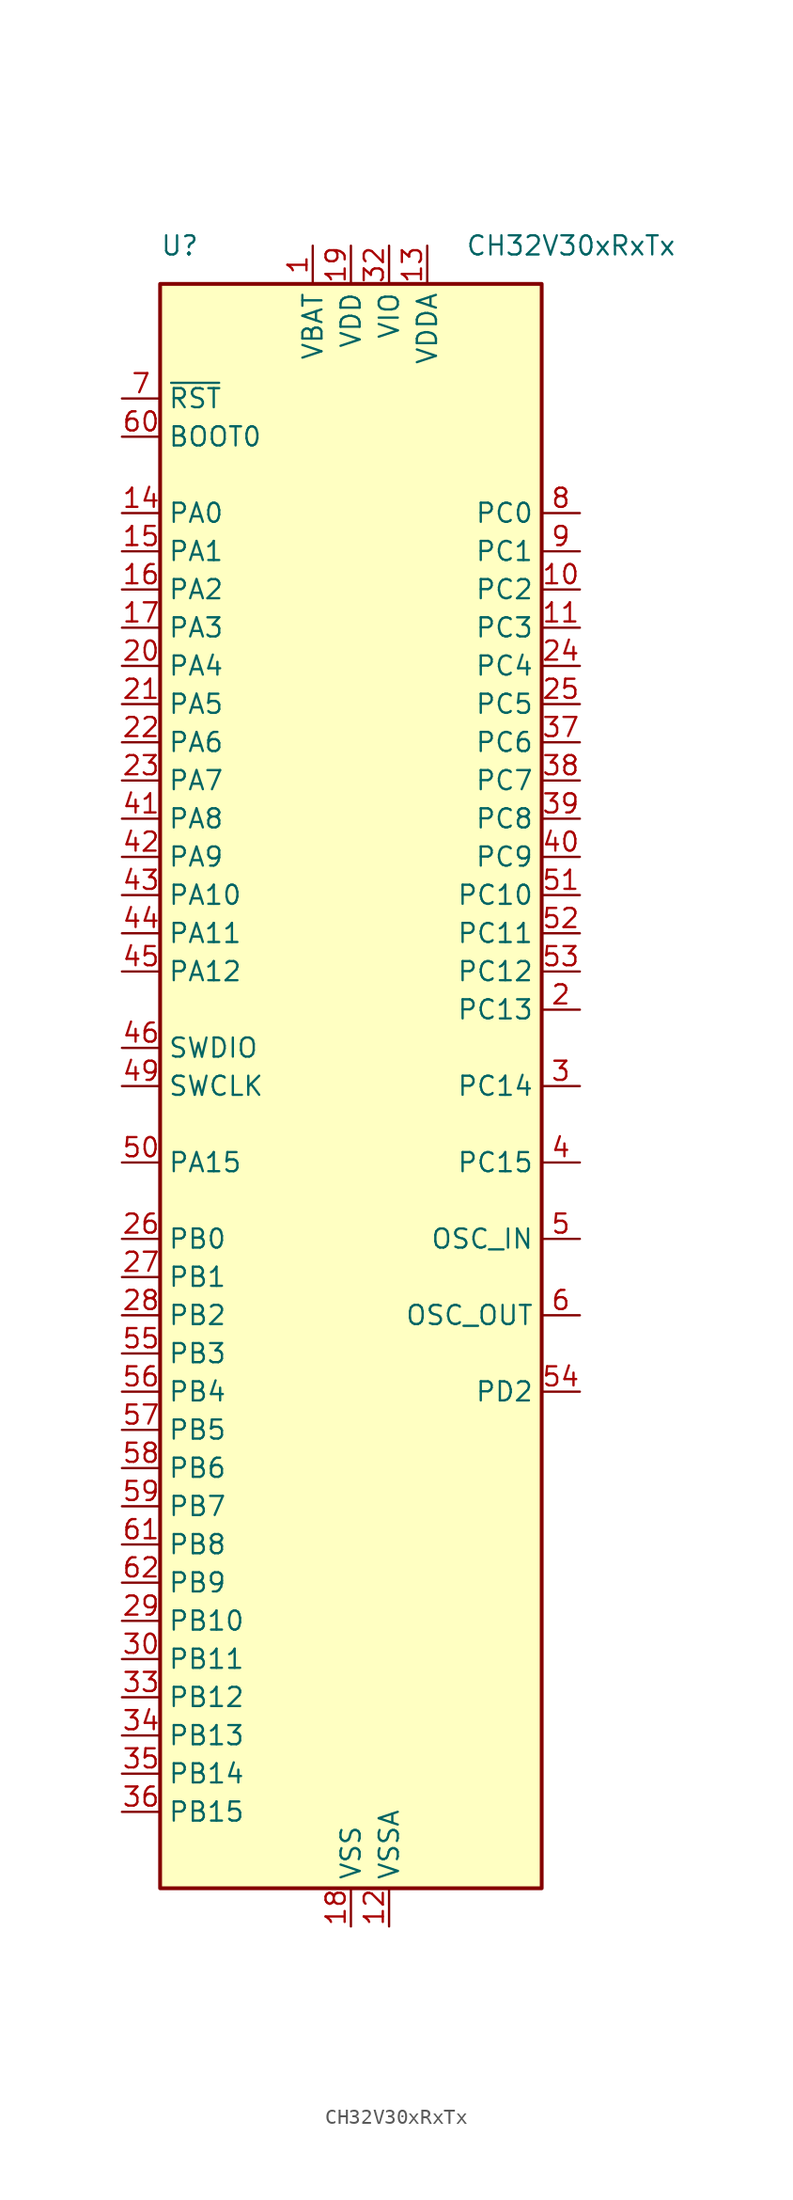
<source format=kicad_sym>
(kicad_symbol_lib
  (version 20241209)
  (generator "kicad_symbol_editor")
  (generator_version "9.0")
  (symbol "CH32V30xRxTx"
    (property "Reference" "U"
      (at -12.7 55.88 0)
      (effects (font (size 1.27 1.27)) (justify left)))
    (property "Value" "CH32V30xRxTx"
      (at 7.62 55.88 0)
      (effects (font (size 1.27 1.27)) (justify left)))
    (symbol "CH32V30xRxTx_0_0"
      (pin power_in line (at -2.54 55.88 270) (length 2.54) (name "VBAT" (effects (font (size 1.27 1.27)))) (number "1" (effects (font (size 1.27 1.27)))))
      (pin power_in line (at 0 55.88 270) (length 2.54) (name "VDD" (effects (font (size 1.27 1.27)))) (number "19" (effects (font (size 1.27 1.27)))))
      (pin power_in line (at 0 -55.88 90) (length 2.54) (name "VSS" (effects (font (size 1.27 1.27)))) (number "18" (effects (font (size 1.27 1.27)))))
      (pin power_in line (at 2.54 55.88 270) (length 2.54) (name "VIO" (effects (font (size 1.27 1.27)))) (number "32" (effects (font (size 1.27 1.27)))))
      (pin power_in line (at 2.54 -55.88 90) (length 2.54) (name "VSSA" (effects (font (size 1.27 1.27)))) (number "12" (effects (font (size 1.27 1.27)))))
      (pin power_in line (at 5.08 55.88 270) (length 2.54) (name "VDDA" (effects (font (size 1.27 1.27)))) (number "13" (effects (font (size 1.27 1.27))))))
    (symbol "CH32V30xRxTx_1_0"
      (pin input line (at -15.24 45.72 0) (length 2.54) (name "~{RST}" (effects (font (size 1.27 1.27)))) (number "7" (effects (font (size 1.27 1.27)))))
      (pin input line (at -15.24 43.18 0) (length 2.54) (name "BOOT0" (effects (font (size 1.27 1.27)))) (number "60" (effects (font (size 1.27 1.27)))))
      (pin bidirectional line (at -15.24 38.1 0) (length 2.54) (name "PA0" (effects (font (size 1.27 1.27)))) (number "14" (effects (font (size 1.27 1.27)))) (alternate "ADC_IN0" bidirectional line) (alternate "ETH_MII_CRS_WKUP" bidirectional line) (alternate "ETH_RGMII_RXD2" bidirectional line) (alternate "OPA4_OUT0" bidirectional line) (alternate "TIM2_CH1_ETR" bidirectional line) (alternate "TIM2_CH1_ETR_2" bidirectional line) (alternate "TIM5_CH1" bidirectional line) (alternate "TIM8_ETR" bidirectional line) (alternate "TIM8_ETR_1" bidirectional line) (alternate "USART2_CTS" bidirectional line) (alternate "WKUP" bidirectional line))
      (pin bidirectional line (at -15.24 35.56 0) (length 2.54) (name "PA1" (effects (font (size 1.27 1.27)))) (number "15" (effects (font (size 1.27 1.27)))) (alternate "ADC_IN1" bidirectional line) (alternate "ETH_MII_RX_CLK" bidirectional line) (alternate "ETH_RGMII_RXD3" bidirectional line) (alternate "ETH_RMII_REF_CLK" bidirectional line) (alternate "OPA3_OUT0" bidirectional line) (alternate "TIM2_CH2" bidirectional line) (alternate "TIM2_CH2_2" bidirectional line) (alternate "TIM5_CH2" bidirectional line) (alternate "TIM9_BKIN_1" bidirectional line) (alternate "USART2_RTS" bidirectional line))
      (pin bidirectional line (at -15.24 33.02 0) (length 2.54) (name "PA2" (effects (font (size 1.27 1.27)))) (number "16" (effects (font (size 1.27 1.27)))) (alternate "ADC_IN2" bidirectional line) (alternate "ETH_MII_MDIO" bidirectional line) (alternate "ETH_RGMII_GTXC" bidirectional line) (alternate "ETH_RMII_MDIO" bidirectional line) (alternate "OPA2_OUT0" bidirectional line) (alternate "TIM2_CH3" bidirectional line) (alternate "TIM2_CH3_1" bidirectional line) (alternate "TIM5_CH3" bidirectional line) (alternate "TIM9_CH1" bidirectional line) (alternate "TIM9_CH1_ETR_1" bidirectional line) (alternate "TIM9_ETR" bidirectional line) (alternate "USART2_TX" bidirectional line))
      (pin bidirectional line (at -15.24 30.48 0) (length 2.54) (name "PA3" (effects (font (size 1.27 1.27)))) (number "17" (effects (font (size 1.27 1.27)))) (alternate "ADC_IN3" bidirectional line) (alternate "ETH_MII_COL" bidirectional line) (alternate "ETH_RGMII_TXEN" bidirectional line) (alternate "OPA1_OUT0" bidirectional line) (alternate "TIM2_CH4" bidirectional line) (alternate "TIM2_CH4_1" bidirectional line) (alternate "TIM5_CH4" bidirectional line) (alternate "TIM9_CH2" bidirectional line) (alternate "TIM9_CH2_1" bidirectional line) (alternate "USART2_RX" bidirectional line))
      (pin bidirectional line (at -15.24 27.94 0) (length 2.54) (name "PA4" (effects (font (size 1.27 1.27)))) (number "20" (effects (font (size 1.27 1.27)))) (alternate "ADC_IN4" bidirectional line) (alternate "DAC_OUT1" bidirectional line) (alternate "I2S3_WS" bidirectional line) (alternate "SPI1_NSS" bidirectional line) (alternate "SPI3_NSS" bidirectional line) (alternate "TIM9_CH3" bidirectional line) (alternate "TIM9_CH3_1" bidirectional line) (alternate "USART2_CX" bidirectional line))
      (pin bidirectional line (at -15.24 25.4 0) (length 2.54) (name "PA5" (effects (font (size 1.27 1.27)))) (number "21" (effects (font (size 1.27 1.27)))) (alternate "ADC_IN5" bidirectional line) (alternate "DAC_OUT2" bidirectional line) (alternate "OPA2_CH1N" bidirectional line) (alternate "SPI1_SCK" bidirectional line) (alternate "TIM10_CH1N_1" bidirectional line) (alternate "USART1_CK_3" bidirectional line) (alternate "USART1_CTS_2" bidirectional line))
      (pin bidirectional line (at -15.24 22.86 0) (length 2.54) (name "PA6" (effects (font (size 1.27 1.27)))) (number "22" (effects (font (size 1.27 1.27)))) (alternate "ADC_IN6" bidirectional line) (alternate "OPA1_CH1N" bidirectional line) (alternate "SPI1_MIS" bidirectional line) (alternate "TIM10_CH2N_1" bidirectional line) (alternate "TIM1_BKIN_1" bidirectional line) (alternate "TIM3_CH1" bidirectional line) (alternate "TIM8_BKIN" bidirectional line) (alternate "UART7_TX_1" bidirectional line) (alternate "USART1_TX_3" bidirectional line))
      (pin bidirectional line (at -15.24 20.32 0) (length 2.54) (name "PA7" (effects (font (size 1.27 1.27)))) (number "23" (effects (font (size 1.27 1.27)))) (alternate "ADC_IN7" bidirectional line) (alternate "ETH_MII_RX_DV" bidirectional line) (alternate "ETH_RGMII_TXD0" bidirectional line) (alternate "ETH_RMII_CRS_DV" bidirectional line) (alternate "OPA2_CH1P" bidirectional line) (alternate "SPI1_MOSI" bidirectional line) (alternate "TIM10_CH3N_1" bidirectional line) (alternate "TIM1_CH1N_1" bidirectional line) (alternate "TIM3_CH2" bidirectional line) (alternate "TIM8_CH1N" bidirectional line) (alternate "UART7_RX_1" bidirectional line) (alternate "USART1_RX_3" bidirectional line))
      (pin bidirectional line (at -15.24 17.78 0) (length 2.54) (name "PA8" (effects (font (size 1.27 1.27)))) (number "41" (effects (font (size 1.27 1.27)))) (alternate "MCO" bidirectional line) (alternate "TIM1_CH1" bidirectional line) (alternate "TIM1_CH1_1" bidirectional line) (alternate "USART1_CK" bidirectional line) (alternate "USART1_CK_1" bidirectional line) (alternate "USART1_RX_2" bidirectional line))
      (pin bidirectional line (at -15.24 15.24 0) (length 2.54) (name "PA9" (effects (font (size 1.27 1.27)))) (number "42" (effects (font (size 1.27 1.27)))) (alternate "OTG_FS_VBUS" bidirectional line) (alternate "TIM1_CH2" bidirectional line) (alternate "TIM1_CH2_1" bidirectional line) (alternate "USART1_RTS_2" bidirectional line) (alternate "USART1_TX" bidirectional line))
      (pin bidirectional line (at -15.24 12.7 0) (length 2.54) (name "PA10" (effects (font (size 1.27 1.27)))) (number "43" (effects (font (size 1.27 1.27)))) (alternate "OTG_FS_ID" bidirectional line) (alternate "TIM1_CH3" bidirectional line) (alternate "TIM1_CH3_1" bidirectional line) (alternate "USART1_CK_2" bidirectional line) (alternate "USART1_RX" bidirectional line))
      (pin bidirectional line (at -15.24 10.16 0) (length 2.54) (name "PA11" (effects (font (size 1.27 1.27)))) (number "44" (effects (font (size 1.27 1.27)))) (alternate "CAN1_RX" bidirectional line) (alternate "OTG_FS_DM" bidirectional line) (alternate "TIM1_CH4" bidirectional line) (alternate "TIM1_CH4_1" bidirectional line) (alternate "USART1_CTS" bidirectional line) (alternate "USART1_CTS_1" bidirectional line))
      (pin bidirectional line (at -15.24 7.62 0) (length 2.54) (name "PA12" (effects (font (size 1.27 1.27)))) (number "45" (effects (font (size 1.27 1.27)))) (alternate "CAN1_TX" bidirectional line) (alternate "OTG_FS_DP" bidirectional line) (alternate "TIM10_CH1N" bidirectional line) (alternate "TIM1_ETR" bidirectional line) (alternate "TIM1_ETR_1" bidirectional line) (alternate "USART1_RTS" bidirectional line) (alternate "USART1_RTS_1" bidirectional line))
      (pin bidirectional line (at -15.24 2.54 0) (length 2.54) (name "SWDIO" (effects (font (size 1.27 1.27)))) (number "46" (effects (font (size 1.27 1.27)))) (alternate "PA13" bidirectional line) (alternate "TIM10_CH2N" bidirectional line) (alternate "TIM8_CH1N_1" bidirectional line) (alternate "USART3_TX_2" bidirectional line))
      (pin bidirectional line (at -15.24 0 0) (length 2.54) (name "SWCLK" (effects (font (size 1.27 1.27)))) (number "49" (effects (font (size 1.27 1.27)))) (alternate "PA14" bidirectional line) (alternate "TIM10_CH3N" bidirectional line) (alternate "TIM8_CH2N_1" bidirectional line) (alternate "UART8_TX_1" bidirectional line) (alternate "USART3_RX_2" bidirectional line))
      (pin bidirectional line (at -15.24 -5.08 0) (length 2.54) (name "PA15" (effects (font (size 1.27 1.27)))) (number "50" (effects (font (size 1.27 1.27)))) (alternate "I2S3_WS" bidirectional line) (alternate "SPI1_NSS" bidirectional line) (alternate "SPI3_NSS" bidirectional line) (alternate "TIM2_CH1_ETR_1" bidirectional line) (alternate "TIM2_CH1_ETR_3" bidirectional line) (alternate "TIM8_CH3N_1" bidirectional line) (alternate "UART8_RX_1" bidirectional line))
      (pin bidirectional line (at -15.24 -10.16 0) (length 2.54) (name "PB0" (effects (font (size 1.27 1.27)))) (number "26" (effects (font (size 1.27 1.27)))) (alternate "ADC_IN8" bidirectional line) (alternate "ETH_MII_RXD2" bidirectional line) (alternate "ETH_RGMII_TXD3" bidirectional line) (alternate "OPA1_CH1P" bidirectional line) (alternate "TIM1_CH2N_1" bidirectional line) (alternate "TIM3_CH3" bidirectional line) (alternate "TIM3_CH3_2" bidirectional line) (alternate "TIM8_CH2N" bidirectional line) (alternate "TIM9_CH1N_1" bidirectional line) (alternate "UART4_TX_1" bidirectional line))
      (pin bidirectional line (at -15.24 -12.7 0) (length 2.54) (name "PB1" (effects (font (size 1.27 1.27)))) (number "27" (effects (font (size 1.27 1.27)))) (alternate "ADC_IN9" bidirectional line) (alternate "ETH_MII_RXD3" bidirectional line) (alternate "ETH_RGMII_125IN" bidirectional line) (alternate "OPA4_CH0N" bidirectional line) (alternate "TIM1_CH3N_1" bidirectional line) (alternate "TIM3_CH4" bidirectional line) (alternate "TIM3_CH4_2" bidirectional line) (alternate "TIM8_CH3N" bidirectional line) (alternate "TIM9_CH2N_1" bidirectional line) (alternate "UART4_RX_1" bidirectional line))
      (pin bidirectional line (at -15.24 -15.24 0) (length 2.54) (name "PB2" (effects (font (size 1.27 1.27)))) (number "28" (effects (font (size 1.27 1.27)))) (alternate "BOOT1" bidirectional line) (alternate "OPA3_CH0N" bidirectional line) (alternate "TIM9_CH3N_1" bidirectional line))
      (pin bidirectional line (at -15.24 -17.78 0) (length 2.54) (name "PB3" (effects (font (size 1.27 1.27)))) (number "55" (effects (font (size 1.27 1.27)))) (alternate "I2S3_CK" bidirectional line) (alternate "SPI1_SCK" bidirectional line) (alternate "SPI3_SCK" bidirectional line) (alternate "TIM10_CH1_1" bidirectional line) (alternate "TIM2_CH2_1" bidirectional line) (alternate "TIM2_CH2_3" bidirectional line))
      (pin bidirectional line (at -15.24 -20.32 0) (length 2.54) (name "PB4" (effects (font (size 1.27 1.27)))) (number "56" (effects (font (size 1.27 1.27)))) (alternate "SPI1_MISO" bidirectional line) (alternate "SPI3_MISO" bidirectional line) (alternate "TIM10_CH2_1" bidirectional line) (alternate "TIM3_CH1_2" bidirectional line) (alternate "UART5_TX_1" bidirectional line))
      (pin bidirectional line (at -15.24 -22.86 0) (length 2.54) (name "PB5" (effects (font (size 1.27 1.27)))) (number "57" (effects (font (size 1.27 1.27)))) (alternate "CAN2_RX" bidirectional line) (alternate "ETH_MII_PPS_OUT" bidirectional line) (alternate "ETH_RMII_PPS_OUT" bidirectional line) (alternate "I2C1_SMBA" bidirectional line) (alternate "I2S3_SD" bidirectional line) (alternate "SPI1_MOSI" bidirectional line) (alternate "SPI3_MOSI" bidirectional line) (alternate "TIM10_CH3_1" bidirectional line) (alternate "TIM3_CH2_2" bidirectional line) (alternate "UART5_RX_1" bidirectional line))
      (pin bidirectional line (at -15.24 -25.4 0) (length 2.54) (name "PB6" (effects (font (size 1.27 1.27)))) (number "58" (effects (font (size 1.27 1.27)))) (alternate "CAN2_TX" bidirectional line) (alternate "I2C1_SCL" bidirectional line) (alternate "TIM4_CH1" bidirectional line) (alternate "TIM8_CH1_1" bidirectional line) (alternate "USART1_TX_1" bidirectional line) (alternate "USBFS_DM" bidirectional line) (alternate "USBHS_DM" bidirectional line))
      (pin bidirectional line (at -15.24 -27.94 0) (length 2.54) (name "PB7" (effects (font (size 1.27 1.27)))) (number "59" (effects (font (size 1.27 1.27)))) (alternate "I2C1_SDA" bidirectional line) (alternate "TIM4_CH2" bidirectional line) (alternate "TIM8_CH2_1" bidirectional line) (alternate "USART1_RX_1" bidirectional line) (alternate "USBFS_DP" bidirectional line) (alternate "USBHS_DP" bidirectional line))
      (pin bidirectional line (at -15.24 -30.48 0) (length 2.54) (name "PB8" (effects (font (size 1.27 1.27)))) (number "61" (effects (font (size 1.27 1.27)))) (alternate "CAN1_RX" bidirectional line) (alternate "DVP_D6" bidirectional line) (alternate "ETH_MII_TXD3" bidirectional line) (alternate "I2C1_SCL" bidirectional line) (alternate "SDIO_D4" bidirectional line) (alternate "TIM10_CH1" bidirectional line) (alternate "TIM4_CH3" bidirectional line) (alternate "TIM8_CH3_1" bidirectional line) (alternate "UART6_TX_1" bidirectional line))
      (pin bidirectional line (at -15.24 -33.02 0) (length 2.54) (name "PB9" (effects (font (size 1.27 1.27)))) (number "62" (effects (font (size 1.27 1.27)))) (alternate "CAN1_TX" bidirectional line) (alternate "I2C1_SDA" bidirectional line) (alternate "SDIO_D5" bidirectional line) (alternate "TIM10_CH2" bidirectional line) (alternate "TIM4_CH4" bidirectional line) (alternate "TIM8_BKIN_1" bidirectional line) (alternate "UART6_RX_1" bidirectional line))
      (pin bidirectional line (at -15.24 -35.56 0) (length 2.54) (name "PB10" (effects (font (size 1.27 1.27)))) (number "29" (effects (font (size 1.27 1.27)))) (alternate "ETH_MII_RX_ER" bidirectional line) (alternate "I2C2_SCL" bidirectional line) (alternate "OPA2_CH0N" bidirectional line) (alternate "TIM10_BKIN_1" bidirectional line) (alternate "TIM2_CH3_2" bidirectional line) (alternate "TIM2_CH3_3" bidirectional line) (alternate "USART3_TX" bidirectional line))
      (pin bidirectional line (at -15.24 -38.1 0) (length 2.54) (name "PB11" (effects (font (size 1.27 1.27)))) (number "30" (effects (font (size 1.27 1.27)))) (alternate "ETH_MII_TX_EN" bidirectional line) (alternate "ETH_RMII_TX_EN" bidirectional line) (alternate "I2C2_SDA" bidirectional line) (alternate "OPA1_CH0N" bidirectional line) (alternate "TIM10_ETR_1" bidirectional line) (alternate "TIM2_CH4_2" bidirectional line) (alternate "TIM2_CH4_3" bidirectional line) (alternate "USART3_RX" bidirectional line))
      (pin bidirectional line (at -15.24 -40.64 0) (length 2.54) (name "PB12" (effects (font (size 1.27 1.27)))) (number "33" (effects (font (size 1.27 1.27)))) (alternate "CAN2_RX" bidirectional line) (alternate "ETH_MII_TXD0" bidirectional line) (alternate "ETH_RMII_TXD0" bidirectional line) (alternate "I2C2_SMBA" bidirectional line) (alternate "I2S2_WS" bidirectional line) (alternate "OPA4_CH0P" bidirectional line) (alternate "SPI2_NSS" bidirectional line) (alternate "TIM1_BKIN" bidirectional line) (alternate "USART3_CK" bidirectional line))
      (pin bidirectional line (at -15.24 -43.18 0) (length 2.54) (name "PB13" (effects (font (size 1.27 1.27)))) (number "34" (effects (font (size 1.27 1.27)))) (alternate "CAN2_TX" bidirectional line) (alternate "ETH_MII_TXD1" bidirectional line) (alternate "ETH_RMII_TXD1" bidirectional line) (alternate "I2S2_CK" bidirectional line) (alternate "OPA3_CH0P" bidirectional line) (alternate "SPI2_SCK" bidirectional line) (alternate "TIM1_CH1N" bidirectional line) (alternate "USART3_CTS" bidirectional line) (alternate "USART3_CTS_1" bidirectional line))
      (pin bidirectional line (at -15.24 -45.72 0) (length 2.54) (name "PB14" (effects (font (size 1.27 1.27)))) (number "35" (effects (font (size 1.27 1.27)))) (alternate "OPA2_CH0P" bidirectional line) (alternate "SDIO_D0" bidirectional line) (alternate "SPI2_MISO" bidirectional line) (alternate "TIM1_CH2N" bidirectional line) (alternate "USART3_RTS" bidirectional line) (alternate "USART3_RTS_1" bidirectional line))
      (pin bidirectional line (at -15.24 -48.26 0) (length 2.54) (name "PB15" (effects (font (size 1.27 1.27)))) (number "36" (effects (font (size 1.27 1.27)))) (alternate "I2S2_SD" bidirectional line) (alternate "OPA1_CH0P" bidirectional line) (alternate "SDIO_D1" bidirectional line) (alternate "SPI2_MOSI" bidirectional line) (alternate "TIM1_CH3N" bidirectional line) (alternate "USART1_TX_2" bidirectional line))
      (pin passive line (at 0 55.88 270) (length 2.54) (hide yes) (name "VDD" (effects (font (size 1.27 1.27)))) (number "48" (effects (font (size 1.27 1.27)))))
      (pin passive line (at 0 -55.88 90) (length 2.54) (hide yes) (name "VSS" (effects (font (size 1.27 1.27)))) (number "31" (effects (font (size 1.27 1.27)))))
      (pin passive line (at 0 -55.88 90) (length 2.54) (hide yes) (name "VSS" (effects (font (size 1.27 1.27)))) (number "47" (effects (font (size 1.27 1.27)))))
      (pin passive line (at 0 -55.88 90) (length 2.54) (hide yes) (name "VSS" (effects (font (size 1.27 1.27)))) (number "63" (effects (font (size 1.27 1.27)))))
      (pin passive line (at 2.54 55.88 270) (length 2.54) (hide yes) (name "VIO" (effects (font (size 1.27 1.27)))) (number "64" (effects (font (size 1.27 1.27)))))
      (pin bidirectional line (at 15.24 38.1 180) (length 2.54) (name "PC0" (effects (font (size 1.27 1.27)))) (number "8" (effects (font (size 1.27 1.27)))) (alternate "ADC_IN10" bidirectional line) (alternate "ETH_RGMII_RXC" bidirectional line) (alternate "TIM9_CH1N" bidirectional line) (alternate "UART6_TX" bidirectional line))
      (pin bidirectional line (at 15.24 35.56 180) (length 2.54) (name "PC1" (effects (font (size 1.27 1.27)))) (number "9" (effects (font (size 1.27 1.27)))) (alternate "ADC_IN11" bidirectional line) (alternate "ETH_MII_MDC" bidirectional line) (alternate "ETH_RGMII_RXCTL" bidirectional line) (alternate "ETH_RMII_MDC" bidirectional line) (alternate "TIM9_CH2N" bidirectional line) (alternate "UART6_RX" bidirectional line))
      (pin bidirectional line (at 15.24 33.02 180) (length 2.54) (name "PC2" (effects (font (size 1.27 1.27)))) (number "10" (effects (font (size 1.27 1.27)))) (alternate "ADC_IN12" bidirectional line) (alternate "ETH_MII_TXD2" bidirectional line) (alternate "ETH_RGMII_RXD0" bidirectional line) (alternate "OPA3_CH1N" bidirectional line) (alternate "TIM9_CH3N" bidirectional line) (alternate "UART7_TX" bidirectional line))
      (pin bidirectional line (at 15.24 30.48 180) (length 2.54) (name "PC3" (effects (font (size 1.27 1.27)))) (number "11" (effects (font (size 1.27 1.27)))) (alternate "ADC_IN13" bidirectional line) (alternate "ETH_MII_TX_CLK" bidirectional line) (alternate "ETH_RGMII_RXD1" bidirectional line) (alternate "OPA4_CH1N" bidirectional line) (alternate "TIM10_CH3" bidirectional line) (alternate "UART7_RX" bidirectional line))
      (pin bidirectional line (at 15.24 27.94 180) (length 2.54) (name "PC4" (effects (font (size 1.27 1.27)))) (number "24" (effects (font (size 1.27 1.27)))) (alternate "ADC_IN14" bidirectional line) (alternate "ETH_MII_RXD0" bidirectional line) (alternate "ETH_RGMII_TXD1" bidirectional line) (alternate "ETH_RMII_RXD0" bidirectional line) (alternate "OPA4_CH1P" bidirectional line) (alternate "TIM9_CH4" bidirectional line) (alternate "UART8_TX" bidirectional line) (alternate "USART1_CTS_3" bidirectional line))
      (pin bidirectional line (at 15.24 25.4 180) (length 2.54) (name "PC5" (effects (font (size 1.27 1.27)))) (number "25" (effects (font (size 1.27 1.27)))) (alternate "ADC_IN15" bidirectional line) (alternate "ETH_MII_RXD1" bidirectional line) (alternate "ETH_RGMII_TXD2" bidirectional line) (alternate "ETH_RMII_RXD1" bidirectional line) (alternate "OPA3_CH1P" bidirectional line) (alternate "TIM9_BKIN" bidirectional line) (alternate "UART8_RX" bidirectional line) (alternate "USART1_RTS_3" bidirectional line))
      (pin bidirectional line (at 15.24 22.86 180) (length 2.54) (name "PC6" (effects (font (size 1.27 1.27)))) (number "37" (effects (font (size 1.27 1.27)))) (alternate "ETH_RXP" bidirectional line) (alternate "I2S2_MCK" bidirectional line) (alternate "SDIO_D6" bidirectional line) (alternate "TIM3_CH1_3" bidirectional line) (alternate "TIM8_CH1" bidirectional line))
      (pin bidirectional line (at 15.24 20.32 180) (length 2.54) (name "PC7" (effects (font (size 1.27 1.27)))) (number "38" (effects (font (size 1.27 1.27)))) (alternate "ETH_RXN" bidirectional line) (alternate "I2S3_MCK" bidirectional line) (alternate "SDIO_D7" bidirectional line) (alternate "TIM3_CH2_3" bidirectional line) (alternate "TIM8_CH2" bidirectional line))
      (pin bidirectional line (at 15.24 17.78 180) (length 2.54) (name "PC8" (effects (font (size 1.27 1.27)))) (number "39" (effects (font (size 1.27 1.27)))) (alternate "ETH_TXP" bidirectional line) (alternate "SDIO_D0" bidirectional line) (alternate "TIM3_CH3_3" bidirectional line) (alternate "TIM8_CH3" bidirectional line))
      (pin bidirectional line (at 15.24 15.24 180) (length 2.54) (name "PC9" (effects (font (size 1.27 1.27)))) (number "40" (effects (font (size 1.27 1.27)))) (alternate "ETH_TXN" bidirectional line) (alternate "SDIO_D2" bidirectional line) (alternate "TIM3_CH4_3" bidirectional line) (alternate "TIM8_CH4" bidirectional line))
      (pin bidirectional line (at 15.24 12.7 180) (length 2.54) (name "PC10" (effects (font (size 1.27 1.27)))) (number "51" (effects (font (size 1.27 1.27)))) (alternate "I2S3_CK" bidirectional line) (alternate "SDIO_D2" bidirectional line) (alternate "SPI3_SCK" bidirectional line) (alternate "TIM10_ETR" bidirectional line) (alternate "UART4_TX" bidirectional line) (alternate "USART3_TX_1" bidirectional line))
      (pin bidirectional line (at 15.24 10.16 180) (length 2.54) (name "PC11" (effects (font (size 1.27 1.27)))) (number "52" (effects (font (size 1.27 1.27)))) (alternate "SDIO_D3" bidirectional line) (alternate "SPI3_MISO" bidirectional line) (alternate "TIM10_CH4" bidirectional line) (alternate "UART4_RX" bidirectional line) (alternate "USART3_RX_1" bidirectional line))
      (pin bidirectional line (at 15.24 7.62 180) (length 2.54) (name "PC12" (effects (font (size 1.27 1.27)))) (number "53" (effects (font (size 1.27 1.27)))) (alternate "I2C3_SD" bidirectional line) (alternate "SDIO_CK" bidirectional line) (alternate "SPI3_MOSI" bidirectional line) (alternate "TIM10_BKIN" bidirectional line) (alternate "UART5_TX" bidirectional line) (alternate "USART3_CK_1" bidirectional line))
      (pin bidirectional line (at 15.24 5.08 180) (length 2.54) (name "PC13" (effects (font (size 1.27 1.27)))) (number "2" (effects (font (size 1.27 1.27)))) (alternate "TAMPER-RTC" bidirectional line) (alternate "TIM8_CH4_1" bidirectional line))
      (pin bidirectional line (at 15.24 0 180) (length 2.54) (name "PC14" (effects (font (size 1.27 1.27)))) (number "3" (effects (font (size 1.27 1.27)))) (alternate "OSC32_IN" bidirectional line) (alternate "TIM9_CH4_1" bidirectional line))
      (pin bidirectional line (at 15.24 -5.08 180) (length 2.54) (name "PC15" (effects (font (size 1.27 1.27)))) (number "4" (effects (font (size 1.27 1.27)))) (alternate "OSC32_OUT" bidirectional line) (alternate "TIM10_CH4_1" bidirectional line))
      (pin bidirectional line (at 15.24 -10.16 180) (length 2.54) (name "OSC_IN" (effects (font (size 1.27 1.27)))) (number "5" (effects (font (size 1.27 1.27)))) (alternate "PD0" bidirectional line))
      (pin bidirectional line (at 15.24 -15.24 180) (length 2.54) (name "OSC_OUT" (effects (font (size 1.27 1.27)))) (number "6" (effects (font (size 1.27 1.27)))) (alternate "PD1" bidirectional line))
      (pin bidirectional line (at 15.24 -20.32 180) (length 2.54) (name "PD2" (effects (font (size 1.27 1.27)))) (number "54" (effects (font (size 1.27 1.27)))) (alternate "SDIO_CMD" bidirectional line) (alternate "TIM3_ETR" bidirectional line) (alternate "TIM3_ETR_2" bidirectional line) (alternate "TIM3_ETR_3" bidirectional line) (alternate "UART5_RX" bidirectional line)))
    (symbol "CH32V30xRxTx_1_1"
      (rectangle (start -12.7 53.34) (end 12.7 -53.34) (stroke (width 0.254) (type default)) (fill (type background))))))
</source>
